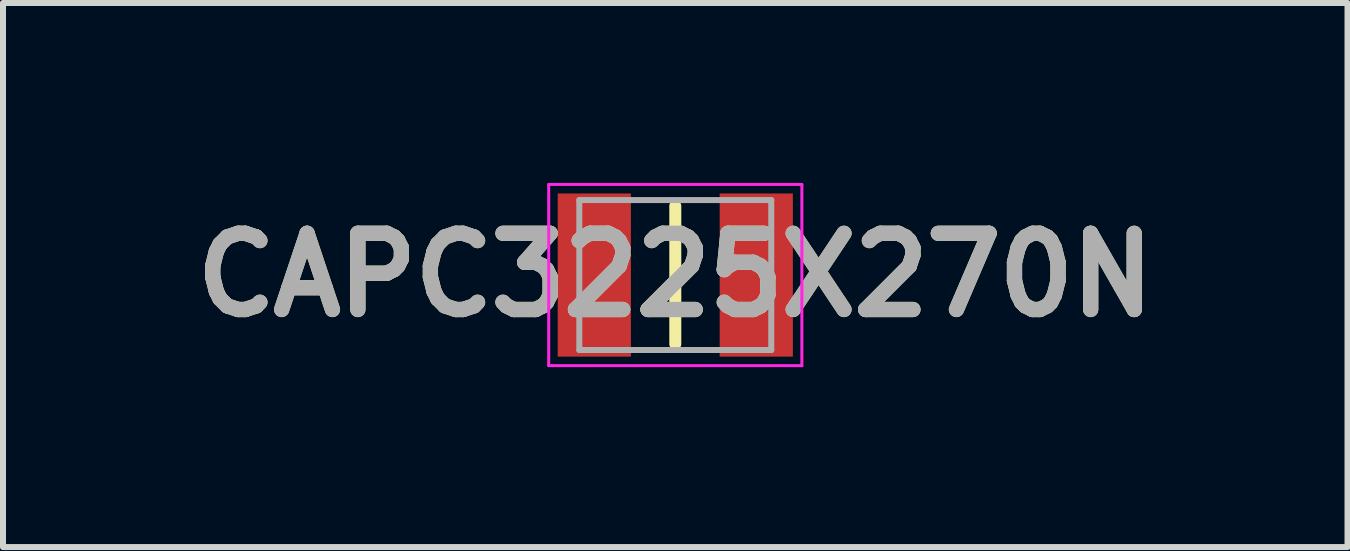
<source format=kicad_pcb>
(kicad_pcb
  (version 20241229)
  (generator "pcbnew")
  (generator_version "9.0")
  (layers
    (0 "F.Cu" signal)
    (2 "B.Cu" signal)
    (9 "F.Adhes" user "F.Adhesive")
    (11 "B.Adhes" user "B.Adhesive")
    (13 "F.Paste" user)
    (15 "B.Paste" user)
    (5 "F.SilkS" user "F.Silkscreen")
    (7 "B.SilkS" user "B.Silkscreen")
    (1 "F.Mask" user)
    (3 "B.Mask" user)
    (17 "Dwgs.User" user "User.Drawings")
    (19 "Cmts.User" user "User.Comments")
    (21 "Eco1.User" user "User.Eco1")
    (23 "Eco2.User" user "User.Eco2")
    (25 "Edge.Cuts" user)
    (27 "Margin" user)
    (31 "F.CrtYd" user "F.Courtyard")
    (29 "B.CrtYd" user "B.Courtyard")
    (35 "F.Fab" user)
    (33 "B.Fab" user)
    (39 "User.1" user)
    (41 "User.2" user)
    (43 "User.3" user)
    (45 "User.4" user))
  (footprint "CAPC3225X270N"
    (layer "F.Cu")
    (at 8.207 1.535)
    (property "Reference" "CAPC3225X270N" (at 0 0 0) (layer "F.SilkS") (effects (font (size 1.27 1.27) (thickness 0.254))))
    (attr smd)
    (fp_line (start 0 -1.15) (end 0 1.15) (stroke (width 0.2) (type solid)) (layer "F.SilkS"))
    (fp_line (start -2.11 -1.51) (end 2.11 -1.51) (stroke (width 0.05) (type solid)) (layer "F.CrtYd"))
    (fp_line (start -2.11 1.51) (end -2.11 -1.51) (stroke (width 0.05) (type solid)) (layer "F.CrtYd"))
    (fp_line (start 2.11 -1.51) (end 2.11 1.51) (stroke (width 0.05) (type solid)) (layer "F.CrtYd"))
    (fp_line (start 2.11 1.51) (end -2.11 1.51) (stroke (width 0.05) (type solid)) (layer "F.CrtYd"))
    (fp_line (start -1.6 -1.25) (end 1.6 -1.25) (stroke (width 0.1) (type solid)) (layer "F.Fab"))
    (fp_line (start -1.6 1.25) (end -1.6 -1.25) (stroke (width 0.1) (type solid)) (layer "F.Fab"))
    (fp_line (start 1.6 -1.25) (end 1.6 1.25) (stroke (width 0.1) (type solid)) (layer "F.Fab"))
    (fp_line (start 1.6 1.25) (end -1.6 1.25) (stroke (width 0.1) (type solid)) (layer "F.Fab"))
    (fp_text user "${REFERENCE}" (at 0 0 0) (layer "F.Fab") (effects (font (size 1.27 1.27) (thickness 0.254))))
    (pad "1" smd rect (at -1.35 0) (size 1.22 2.72) (layers "F.Cu" "F.Mask" "F.Paste"))
    (pad "2" smd rect (at 1.35 0) (size 1.22 2.72) (layers "F.Cu" "F.Mask" "F.Paste")))
  (gr_rect
    (start -3 -3)
    (end 19.413 6.07)
    (stroke (width 0.1) (type default))
    (fill no)
    (layer "Edge.Cuts")))
</source>
